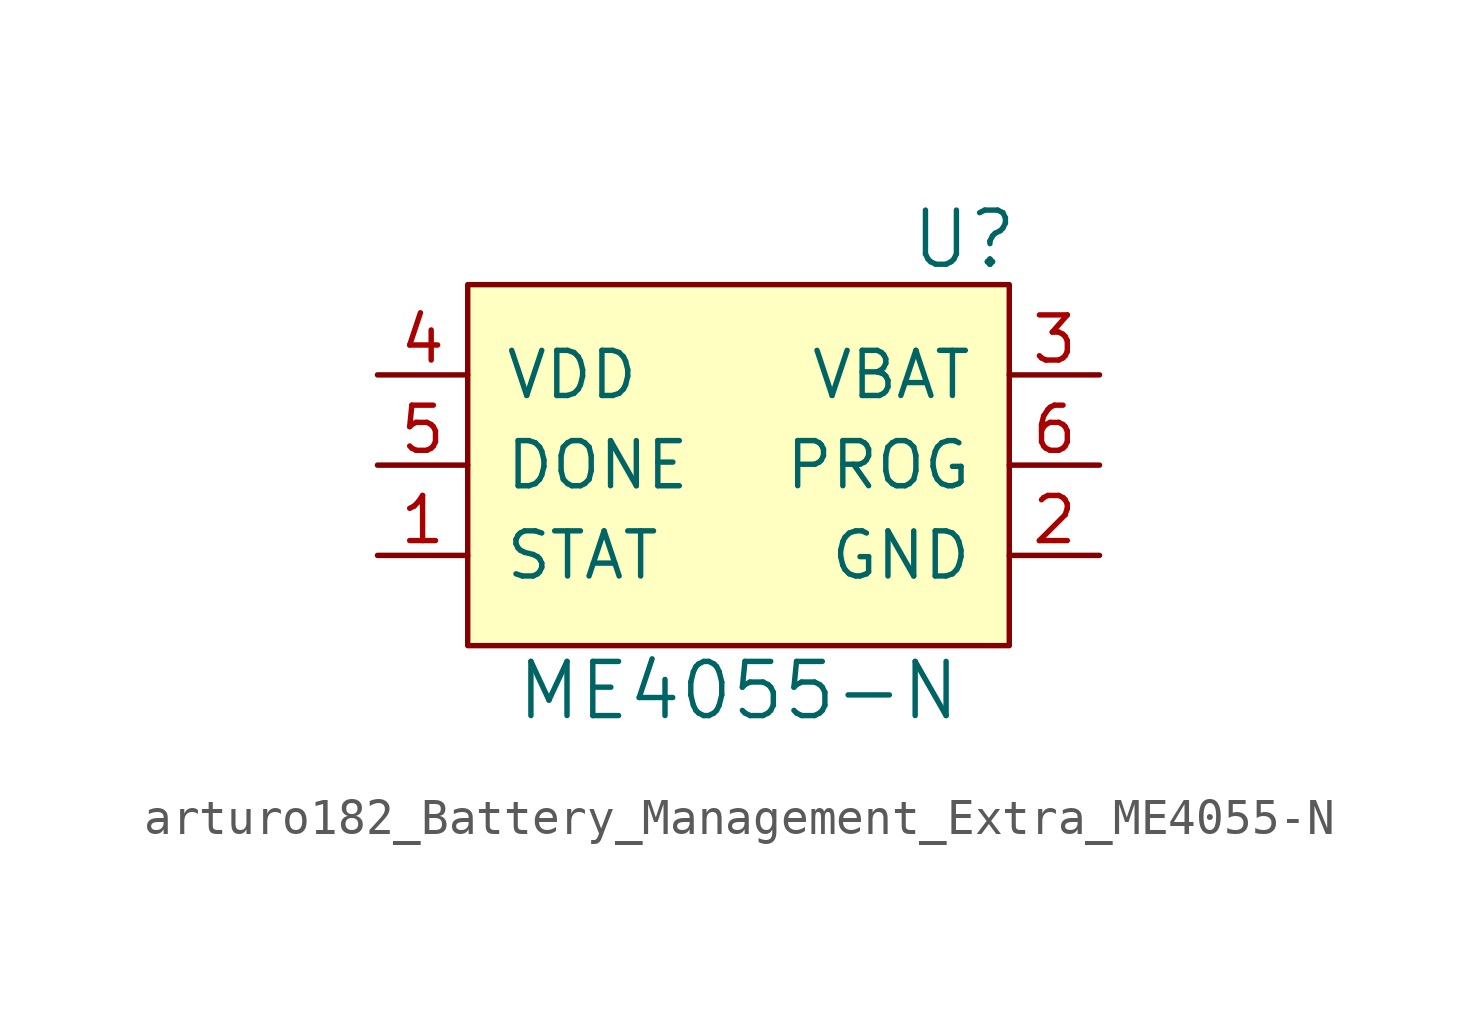
<source format=kicad_sym>
(kicad_symbol_lib
  (version 20220914)
  (generator kicad_symbol_editor)
  (symbol "arturo182_Battery_Management_Extra_ME4055-N"
    (pin_names
      (offset 1.016))
    (property "Reference" "U"
      (at 6.35 6.35 0)
      (effects (font (size 1.524 1.524))))
    (property "Value" "ME4055-N"
      (at 0 -6.35 0)
      (effects (font (size 1.524 1.524))))
    (symbol "arturo182_Battery_Management_Extra_ME4055-N_0_1"
      (rectangle (start -7.62 5.08) (end 7.62 -5.08) (stroke (width 0) (type default) (color 0 0 0 0)) (fill (type background))))
    (symbol "arturo182_Battery_Management_Extra_ME4055-N_1_1"
      (pin output line (at -10.16 -2.54 0) (length 2.54) (name "STAT" (effects (font (size 1.27 1.27)))) (number "1" (effects (font (size 1.27 1.27)))))
      (pin power_in line (at 10.16 -2.54 180) (length 2.54) (name "GND" (effects (font (size 1.27 1.27)))) (number "2" (effects (font (size 1.27 1.27)))))
      (pin power_out line (at 10.16 2.54 180) (length 2.54) (name "VBAT" (effects (font (size 1.27 1.27)))) (number "3" (effects (font (size 1.27 1.27)))))
      (pin power_in line (at -10.16 2.54 0) (length 2.54) (name "VDD" (effects (font (size 1.27 1.27)))) (number "4" (effects (font (size 1.27 1.27)))))
      (pin output line (at -10.16 0 0) (length 2.54) (name "DONE" (effects (font (size 1.27 1.27)))) (number "5" (effects (font (size 1.27 1.27)))))
      (pin input line (at 10.16 0 180) (length 2.54) (name "PROG" (effects (font (size 1.27 1.27)))) (number "6" (effects (font (size 1.27 1.27))))))))
</source>
